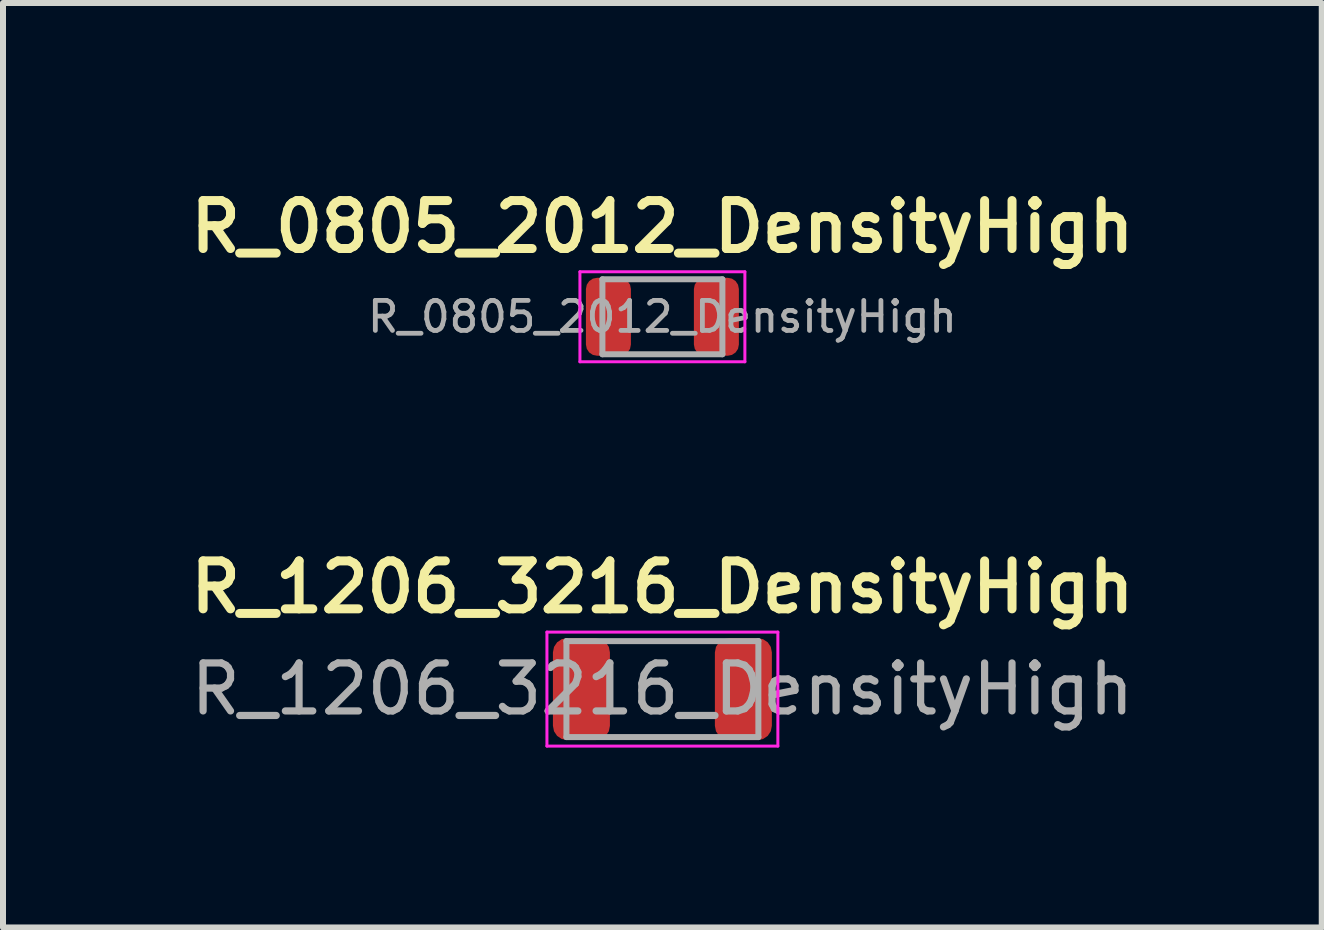
<source format=kicad_pcb>
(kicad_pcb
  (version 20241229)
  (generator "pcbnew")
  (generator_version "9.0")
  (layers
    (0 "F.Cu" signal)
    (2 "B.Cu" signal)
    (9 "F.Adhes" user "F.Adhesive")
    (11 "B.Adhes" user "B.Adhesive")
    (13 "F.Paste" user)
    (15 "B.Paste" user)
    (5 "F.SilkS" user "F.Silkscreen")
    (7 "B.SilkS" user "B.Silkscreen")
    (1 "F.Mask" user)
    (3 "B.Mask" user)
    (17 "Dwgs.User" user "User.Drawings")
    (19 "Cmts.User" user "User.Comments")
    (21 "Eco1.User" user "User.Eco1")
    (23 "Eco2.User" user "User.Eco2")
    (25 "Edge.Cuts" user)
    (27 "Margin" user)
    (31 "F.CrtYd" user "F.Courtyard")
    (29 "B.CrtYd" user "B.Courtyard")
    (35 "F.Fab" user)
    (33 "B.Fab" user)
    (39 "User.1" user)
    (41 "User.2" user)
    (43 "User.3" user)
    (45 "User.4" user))
  (footprint "R_1206_3216_DensityHigh"
    (layer "F.Cu")
    (at 7.993 8.438)
    (property "Reference" "R_1206_3216_DensityHigh" (at 0 -1.7 0) (layer "F.SilkS") (effects (font (size 0.8 0.8) (thickness 0.15))))
    (attr smd)
    (fp_line (start -1.925 -0.95) (end 1.925 -0.95) (stroke (width 0.05) (type solid)) (layer "F.CrtYd"))
    (fp_line (start -1.925 0.95) (end -1.925 -0.95) (stroke (width 0.05) (type solid)) (layer "F.CrtYd"))
    (fp_line (start 1.925 -0.95) (end 1.925 0.95) (stroke (width 0.05) (type solid)) (layer "F.CrtYd"))
    (fp_line (start 1.925 0.95) (end -1.925 0.95) (stroke (width 0.05) (type solid)) (layer "F.CrtYd"))
    (fp_line (start -1.6 -0.8) (end 1.6 -0.8) (stroke (width 0.1) (type solid)) (layer "F.Fab"))
    (fp_line (start -1.6 0.8) (end -1.6 -0.8) (stroke (width 0.1) (type solid)) (layer "F.Fab"))
    (fp_line (start 1.6 -0.8) (end 1.6 0.8) (stroke (width 0.1) (type solid)) (layer "F.Fab"))
    (fp_line (start 1.6 0.8) (end -1.6 0.8) (stroke (width 0.1) (type solid)) (layer "F.Fab"))
    (fp_text user "${REFERENCE}" (at 0 0 0) (layer "F.Fab") (effects (font (size 0.8 0.8) (thickness 0.12))))
    (pad "1" smd roundrect (at -1.35 0) (size 0.95 1.7) (layers "F.Cu" "F.Mask" "F.Paste") (roundrect_rratio 0.25))
    (pad "2" smd roundrect (at 1.35 0) (size 0.95 1.7) (layers "F.Cu" "F.Mask" "F.Paste") (roundrect_rratio 0.25)))
  (footprint "R_0805_2012_DensityHigh"
    (layer "F.Cu")
    (at 7.993 2.231)
    (property "Reference" "R_0805_2012_DensityHigh" (at 0 -1.5 0) (layer "F.SilkS") (effects (font (size 0.8 0.8) (thickness 0.15))))
    (attr smd)
    (fp_line (start -1.375 -0.75) (end 1.375 -0.75) (stroke (width 0.05) (type solid)) (layer "F.CrtYd"))
    (fp_line (start -1.375 0.75) (end -1.375 -0.75) (stroke (width 0.05) (type solid)) (layer "F.CrtYd"))
    (fp_line (start 1.375 -0.75) (end 1.375 0.75) (stroke (width 0.05) (type solid)) (layer "F.CrtYd"))
    (fp_line (start 1.375 0.75) (end -1.375 0.75) (stroke (width 0.05) (type solid)) (layer "F.CrtYd"))
    (fp_line (start -1 -0.625) (end 1 -0.625) (stroke (width 0.1) (type solid)) (layer "F.Fab"))
    (fp_line (start -1 0.625) (end -1 -0.625) (stroke (width 0.1) (type solid)) (layer "F.Fab"))
    (fp_line (start 1 -0.625) (end 1 0.625) (stroke (width 0.1) (type solid)) (layer "F.Fab"))
    (fp_line (start 1 0.625) (end -1 0.625) (stroke (width 0.1) (type solid)) (layer "F.Fab"))
    (fp_text user "${REFERENCE}" (at 0 0 0) (layer "F.Fab") (effects (font (size 0.5 0.5) (thickness 0.08))))
    (pad "1" smd roundrect (at -0.9 0) (size 0.75 1.3) (layers "F.Cu" "F.Mask" "F.Paste") (roundrect_rratio 0.25))
    (pad "2" smd roundrect (at 0.9 0) (size 0.75 1.3) (layers "F.Cu" "F.Mask" "F.Paste") (roundrect_rratio 0.25)))
  (gr_rect
    (start -3 -3)
    (end 18.985 12.412)
    (stroke (width 0.1) (type default))
    (fill no)
    (layer "Edge.Cuts")))
</source>
